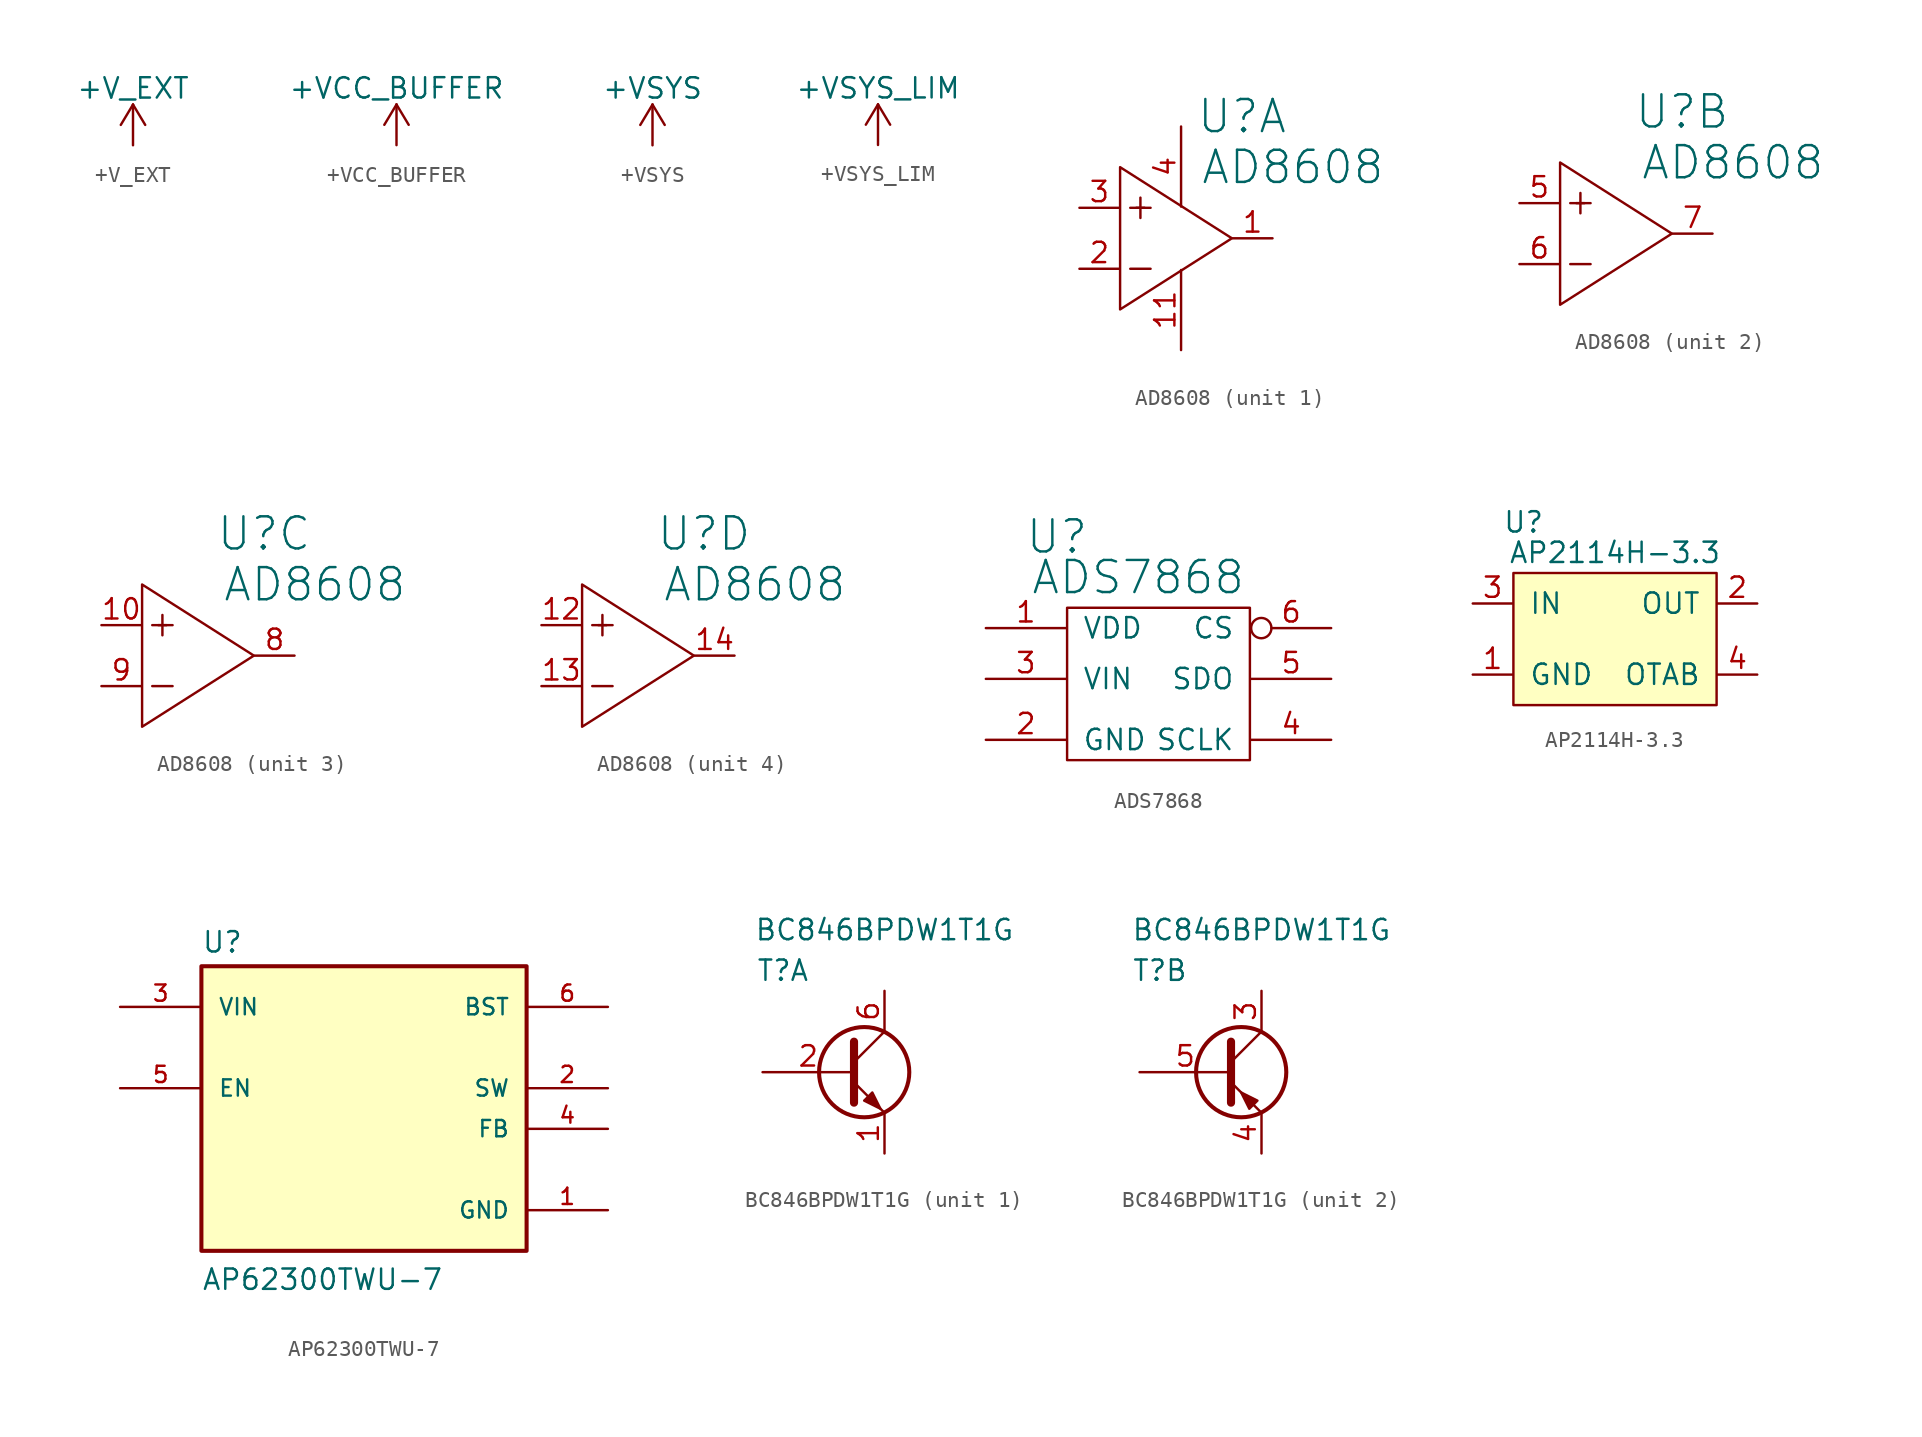
<source format=kicad_sym>
(kicad_symbol_lib
  (version 20211014)
  (generator kicad_symbol_editor)
  (symbol "+V_EXT"
    (power)
    (pin_names
      (offset 0))
    (property "Reference" "#PWR"
      (at 0 -3.81 0)
      (effects (font (size 1.27 1.27)) hide))
    (property "Value" "+V_EXT"
      (at 0 3.556 0)
      (effects (font (size 1.27 1.27))))
    (symbol "+V_EXT_0_1"
      (polyline (pts (xy -0.762 1.27) (xy 0 2.54)) (stroke (width 0) (type default) (color 0 0 0 0)) (fill (type none)))
      (polyline (pts (xy 0 0) (xy 0 2.54)) (stroke (width 0) (type default) (color 0 0 0 0)) (fill (type none)))
      (polyline (pts (xy 0 2.54) (xy 0.762 1.27)) (stroke (width 0) (type default) (color 0 0 0 0)) (fill (type none))))
    (symbol "+V_EXT_1_1"
      (pin power_in line (at 0 0 90) (length 0) hide (name "+V_EXT" (effects (font (size 1.27 1.27)))) (number "1" (effects (font (size 1.27 1.27)))))))
  (symbol "+VCC_BUFFER"
    (power)
    (pin_names
      (offset 0))
    (property "Reference" "#PWR"
      (at 0 -3.81 0)
      (effects (font (size 1.27 1.27)) hide))
    (property "Value" "+VCC_BUFFER"
      (at 0 3.556 0)
      (effects (font (size 1.27 1.27))))
    (symbol "+VCC_BUFFER_0_1"
      (polyline (pts (xy -0.762 1.27) (xy 0 2.54)) (stroke (width 0) (type default) (color 0 0 0 0)) (fill (type none)))
      (polyline (pts (xy 0 0) (xy 0 2.54)) (stroke (width 0) (type default) (color 0 0 0 0)) (fill (type none)))
      (polyline (pts (xy 0 2.54) (xy 0.762 1.27)) (stroke (width 0) (type default) (color 0 0 0 0)) (fill (type none))))
    (symbol "+VCC_BUFFER_1_1"
      (pin power_in line (at 0 0 90) (length 0) hide (name "+VCC_BUFFER" (effects (font (size 1.27 1.27)))) (number "1" (effects (font (size 1.27 1.27)))))))
  (symbol "+VSYS"
    (power)
    (pin_names
      (offset 0))
    (property "Reference" "#PWR"
      (at 0 -3.81 0)
      (effects (font (size 1.27 1.27)) hide))
    (property "Value" "+VSYS"
      (at 0 3.556 0)
      (effects (font (size 1.27 1.27))))
    (symbol "+VSYS_0_1"
      (polyline (pts (xy -0.762 1.27) (xy 0 2.54)) (stroke (width 0) (type default) (color 0 0 0 0)) (fill (type none)))
      (polyline (pts (xy 0 0) (xy 0 2.54)) (stroke (width 0) (type default) (color 0 0 0 0)) (fill (type none)))
      (polyline (pts (xy 0 2.54) (xy 0.762 1.27)) (stroke (width 0) (type default) (color 0 0 0 0)) (fill (type none))))
    (symbol "+VSYS_1_1"
      (pin power_in line (at 0 0 90) (length 0) hide (name "+VSYS" (effects (font (size 1.27 1.27)))) (number "1" (effects (font (size 1.27 1.27)))))))
  (symbol "+VSYS_LIM"
    (power)
    (pin_names
      (offset 0))
    (property "Reference" "#PWR"
      (at 0 -3.81 0)
      (effects (font (size 1.27 1.27)) hide))
    (property "Value" "+VSYS_LIM"
      (at 0 3.556 0)
      (effects (font (size 1.27 1.27))))
    (symbol "+VSYS_LIM_0_1"
      (polyline (pts (xy -0.762 1.27) (xy 0 2.54)) (stroke (width 0) (type default) (color 0 0 0 0)) (fill (type none)))
      (polyline (pts (xy 0 0) (xy 0 2.54)) (stroke (width 0) (type default) (color 0 0 0 0)) (fill (type none)))
      (polyline (pts (xy 0 2.54) (xy 0.762 1.27)) (stroke (width 0) (type default) (color 0 0 0 0)) (fill (type none))))
    (symbol "+VSYS_LIM_1_1"
      (pin power_in line (at 0 0 90) (length 0) hide (name "+VSYS_LIM" (effects (font (size 1.27 1.27)))) (number "1" (effects (font (size 1.27 1.27)))))))
  (symbol "AD8608"
    (power)
    (pin_names
      (offset 1.016))
    (property "Reference" "U"
      (at 5.08 7.62 0)
      (effects (font (size 2.007 2.007))))
    (property "Value" "AD8608"
      (at 8.255 4.445 0)
      (effects (font (size 2.007 2.007))))
    (property "ki_locked" ""
      (at 0 0 0)
      (effects (font (size 1.27 1.27))))
    (symbol "AD8608_0_1"
      (polyline (pts (xy -1.524 1.905) (xy -1.016 1.905)) (stroke (width 0) (type default) (color 0 0 0 0)) (fill (type none)))
      (polyline (pts (xy -1.905 -1.905) (xy -0.635 -1.905) (xy -1.651 -1.905)) (stroke (width 0) (type default) (color 0 0 0 0)) (fill (type none)))
      (polyline (pts (xy -2.54 4.445) (xy -2.54 -4.445) (xy 4.445 0) (xy -2.54 4.445)) (stroke (width 0) (type default) (color 0 0 0 0)) (fill (type none)))
      (polyline (pts (xy -1.524 1.905) (xy -1.905 1.905) (xy -0.635 1.905) (xy -1.016 1.905)) (stroke (width 0) (type default) (color 0 0 0 0)) (fill (type none)))
      (polyline (pts (xy -1.27 2.159) (xy -1.27 2.54) (xy -1.27 1.27) (xy -1.27 1.651)) (stroke (width 0) (type default) (color 0 0 0 0)) (fill (type none))))
    (symbol "AD8608_1_1"
      (pin input line (at 6.985 0 180) (length 2.489) (name "~" (effects (font (size 1.27 1.27)))) (number "1" (effects (font (size 1.27 1.27)))))
      (pin input line (at 1.27 -6.985 90) (length 5.004) (name "~" (effects (font (size 1.27 1.27)))) (number "11" (effects (font (size 1.27 1.27)))))
      (pin input line (at -5.08 -1.905 0) (length 2.489) (name "~" (effects (font (size 1.27 1.27)))) (number "2" (effects (font (size 1.27 1.27)))))
      (pin input line (at -5.08 1.905 0) (length 2.489) (name "~" (effects (font (size 1.27 1.27)))) (number "3" (effects (font (size 1.27 1.27)))))
      (pin input line (at 1.27 6.985 270) (length 5.004) (name "~" (effects (font (size 1.27 1.27)))) (number "4" (effects (font (size 1.27 1.27))))))
    (symbol "AD8608_2_1"
      (pin input line (at -5.08 1.905 0) (length 2.489) (name "~" (effects (font (size 1.27 1.27)))) (number "5" (effects (font (size 1.27 1.27)))))
      (pin input line (at -5.08 -1.905 0) (length 2.489) (name "~" (effects (font (size 1.27 1.27)))) (number "6" (effects (font (size 1.27 1.27)))))
      (pin input line (at 6.985 0 180) (length 2.489) (name "~" (effects (font (size 1.27 1.27)))) (number "7" (effects (font (size 1.27 1.27))))))
    (symbol "AD8608_3_1"
      (pin input line (at -5.08 1.905 0) (length 2.489) (name "~" (effects (font (size 1.27 1.27)))) (number "10" (effects (font (size 1.27 1.27)))))
      (pin input line (at 6.985 0 180) (length 2.489) (name "~" (effects (font (size 1.27 1.27)))) (number "8" (effects (font (size 1.27 1.27)))))
      (pin input line (at -5.08 -1.905 0) (length 2.489) (name "~" (effects (font (size 1.27 1.27)))) (number "9" (effects (font (size 1.27 1.27))))))
    (symbol "AD8608_4_1"
      (pin input line (at -5.08 1.905 0) (length 2.489) (name "~" (effects (font (size 1.27 1.27)))) (number "12" (effects (font (size 1.27 1.27)))))
      (pin input line (at -5.08 -1.905 0) (length 2.489) (name "~" (effects (font (size 1.27 1.27)))) (number "13" (effects (font (size 1.27 1.27)))))
      (pin input line (at 6.985 0 180) (length 2.489) (name "~" (effects (font (size 1.27 1.27)))) (number "14" (effects (font (size 1.27 1.27)))))))
  (symbol "ADS7868"
    (pin_names
      (offset 1.016))
    (property "Reference" "U"
      (at -5.08 8.89 0)
      (effects (font (size 2.007 2.007))))
    (property "Value" "ADS7868"
      (at 0 6.35 0)
      (effects (font (size 2.007 2.007))))
    (symbol "ADS7868_0_1"
      (rectangle (start -4.445 4.445) (end 6.985 -5.08) (stroke (width 0) (type default) (color 0 0 0 0)) (fill (type none))))
    (symbol "ADS7868_1_1"
      (pin input line (at -9.525 3.175 0) (length 5.004) (name "VDD" (effects (font (size 1.27 1.27)))) (number "1" (effects (font (size 1.27 1.27)))))
      (pin input line (at -9.525 -3.81 0) (length 5.004) (name "GND" (effects (font (size 1.27 1.27)))) (number "2" (effects (font (size 1.27 1.27)))))
      (pin input line (at -9.525 0 0) (length 5.004) (name "VIN" (effects (font (size 1.27 1.27)))) (number "3" (effects (font (size 1.27 1.27)))))
      (pin input line (at 12.065 -3.81 180) (length 5.004) (name "SCLK" (effects (font (size 1.27 1.27)))) (number "4" (effects (font (size 1.27 1.27)))))
      (pin input line (at 12.065 0 180) (length 5.004) (name "SDO" (effects (font (size 1.27 1.27)))) (number "5" (effects (font (size 1.27 1.27)))))
      (pin input inverted (at 12.065 3.175 180) (length 5.004) (name "CS" (effects (font (size 1.27 1.27)))) (number "6" (effects (font (size 1.27 1.27)))))))
  (symbol "AP2114H-3.3"
    (pin_names
      (offset 1.016))
    (property "Reference" "U"
      (at -5.08 5.715 0)
      (effects (font (size 1.27 1.27))))
    (property "Value" "AP2114H-3.3"
      (at 0.635 3.81 0)
      (effects (font (size 1.27 1.27))))
    (symbol "AP2114H-3.3_0_1"
      (rectangle (start -5.715 2.54) (end 6.985 -5.715) (stroke (width 0) (type default) (color 0 0 0 0)) (fill (type background))))
    (symbol "AP2114H-3.3_1_1"
      (pin input line (at -8.255 -3.81 0) (length 2.489) (name "GND" (effects (font (size 1.27 1.27)))) (number "1" (effects (font (size 1.27 1.27)))))
      (pin input line (at 9.525 0.635 180) (length 2.489) (name "OUT" (effects (font (size 1.27 1.27)))) (number "2" (effects (font (size 1.27 1.27)))))
      (pin input line (at -8.255 0.635 0) (length 2.489) (name "IN" (effects (font (size 1.27 1.27)))) (number "3" (effects (font (size 1.27 1.27)))))
      (pin input line (at 9.525 -3.81 180) (length 2.489) (name "OTAB" (effects (font (size 1.27 1.27)))) (number "4" (effects (font (size 1.27 1.27)))))))
  (symbol "AP62300TWU-7"
    (pin_names
      (offset 1.016))
    (property "Reference" "U"
      (at -10.16 8.382 0)
      (effects (font (size 1.27 1.27)) (justify left bottom)))
    (property "Value" "AP62300TWU-7"
      (at -10.16 -12.7 0)
      (effects (font (size 1.27 1.27)) (justify left bottom)))
    (symbol "AP62300TWU-7_0_0"
      (rectangle (start -10.16 -10.16) (end 10.16 7.62) (stroke (width 0.254) (type default) (color 0 0 0 0)) (fill (type background)))
      (pin power_in line (at 15.24 -7.62 180) (length 5.08) (name "GND" (effects (font (size 1.016 1.016)))) (number "1" (effects (font (size 1.016 1.016)))))
      (pin output line (at 15.24 0 180) (length 5.08) (name "SW" (effects (font (size 1.016 1.016)))) (number "2" (effects (font (size 1.016 1.016)))))
      (pin input line (at -15.24 5.08 0) (length 5.08) (name "VIN" (effects (font (size 1.016 1.016)))) (number "3" (effects (font (size 1.016 1.016)))))
      (pin input line (at 15.24 -2.54 180) (length 5.08) (name "FB" (effects (font (size 1.016 1.016)))) (number "4" (effects (font (size 1.016 1.016)))))
      (pin input line (at -15.24 0 0) (length 5.08) (name "EN" (effects (font (size 1.016 1.016)))) (number "5" (effects (font (size 1.016 1.016)))))
      (pin input line (at 15.24 5.08 180) (length 5.08) (name "BST" (effects (font (size 1.016 1.016)))) (number "6" (effects (font (size 1.016 1.016)))))))
  (symbol "BC846BPDW1T1G"
    (pin_names
      (offset 1.016))
    (property "Reference" "T"
      (at -6.35 6.35 0)
      (effects (font (size 1.27 1.27))))
    (property "Value" "BC846BPDW1T1G"
      (at 0 8.89 0)
      (effects (font (size 1.27 1.27))))
    (symbol "BC846BPDW1T1G_1_1"
      (circle (center -1.27 0) (radius 2.819) (stroke (width 0.254) (type default) (color 0 0 0 0)) (fill (type none)))
      (polyline (pts (xy -1.905 0.635) (xy 0 2.54)) (stroke (width 0) (type default) (color 0 0 0 0)) (fill (type none)))
      (polyline (pts (xy -1.905 -0.635) (xy 0 -2.54) (xy 0 -2.54)) (stroke (width 0) (type default) (color 0 0 0 0)) (fill (type none)))
      (polyline (pts (xy -1.905 1.905) (xy -1.905 -1.905) (xy -1.905 -1.905)) (stroke (width 0.508) (type default) (color 0 0 0 0)) (fill (type none)))
      (polyline (pts (xy -1.27 -1.778) (xy -0.762 -1.27) (xy -0.254 -2.286) (xy -1.27 -1.778) (xy -1.27 -1.778)) (stroke (width 0) (type default) (color 0 0 0 0)) (fill (type outline)))
      (pin passive line (at 0 -5.08 90) (length 2.54) (name "~" (effects (font (size 1.27 1.27)))) (number "1" (effects (font (size 1.27 1.27)))))
      (pin input line (at -7.62 0 0) (length 5.715) (name "~" (effects (font (size 1.27 1.27)))) (number "2" (effects (font (size 1.27 1.27)))))
      (pin passive line (at 0 5.08 270) (length 2.54) (name "~" (effects (font (size 1.27 1.27)))) (number "6" (effects (font (size 1.27 1.27))))))
    (symbol "BC846BPDW1T1G_2_1"
      (circle (center -1.27 0) (radius 2.819) (stroke (width 0.254) (type default) (color 0 0 0 0)) (fill (type none)))
      (polyline (pts (xy -1.905 0.635) (xy 0 2.54)) (stroke (width 0) (type default) (color 0 0 0 0)) (fill (type none)))
      (polyline (pts (xy -1.905 -0.635) (xy 0 -2.54) (xy 0 -2.54)) (stroke (width 0) (type default) (color 0 0 0 0)) (fill (type none)))
      (polyline (pts (xy -1.905 1.905) (xy -1.905 -1.905) (xy -1.905 -1.905)) (stroke (width 0.508) (type default) (color 0 0 0 0)) (fill (type none)))
      (polyline (pts (xy -0.254 -1.778) (xy -0.762 -2.286) (xy -1.27 -1.27) (xy -0.254 -1.778) (xy -0.254 -1.778)) (stroke (width 0) (type default) (color 0 0 0 0)) (fill (type outline)))
      (pin passive line (at 0 5.08 270) (length 2.54) (name "~" (effects (font (size 1.27 1.27)))) (number "3" (effects (font (size 1.27 1.27)))))
      (pin passive line (at 0 -5.08 90) (length 2.54) (name "~" (effects (font (size 1.27 1.27)))) (number "4" (effects (font (size 1.27 1.27)))))
      (pin input line (at -7.62 0 0) (length 5.715) (name "~" (effects (font (size 1.27 1.27)))) (number "5" (effects (font (size 1.27 1.27))))))))
</source>
